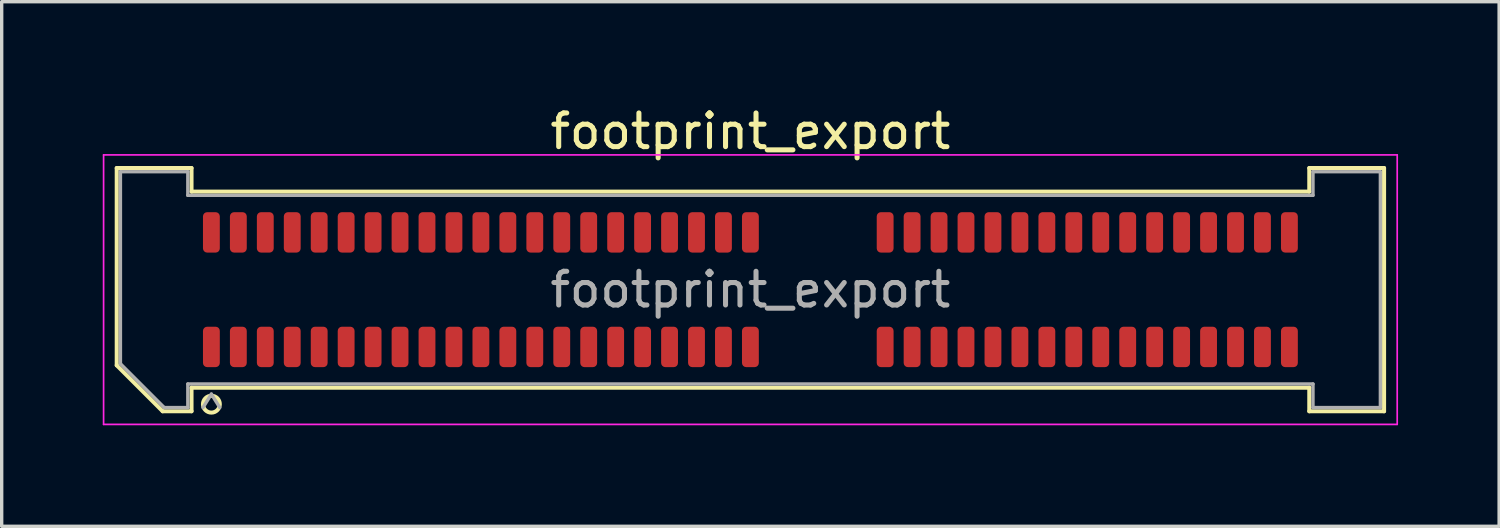
<source format=kicad_pcb>
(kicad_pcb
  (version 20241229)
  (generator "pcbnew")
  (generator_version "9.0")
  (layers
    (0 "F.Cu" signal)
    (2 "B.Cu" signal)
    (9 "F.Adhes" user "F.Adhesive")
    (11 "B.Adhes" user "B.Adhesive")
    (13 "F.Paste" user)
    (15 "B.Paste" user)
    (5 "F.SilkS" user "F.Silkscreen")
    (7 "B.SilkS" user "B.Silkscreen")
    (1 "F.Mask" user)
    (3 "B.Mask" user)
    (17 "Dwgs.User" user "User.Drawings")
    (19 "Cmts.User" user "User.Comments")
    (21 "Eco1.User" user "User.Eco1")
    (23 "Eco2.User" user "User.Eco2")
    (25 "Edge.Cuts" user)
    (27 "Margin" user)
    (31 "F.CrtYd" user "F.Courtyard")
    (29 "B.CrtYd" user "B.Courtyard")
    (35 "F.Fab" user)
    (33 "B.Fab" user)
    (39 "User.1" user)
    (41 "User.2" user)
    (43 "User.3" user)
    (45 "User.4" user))
  (footprint "footprint_export"
    (layer "F.Cu")
    (at 19.225 5.548)
    (property "Reference" "footprint_export" (at 0 -4.7 0) (layer "F.SilkS") (effects (font (size 1 1) (thickness 0.15))))
    (attr smd)
    (fp_line (start -18.81 -3.61) (end -16.59 -3.61) (stroke (width 0.12) (type solid)) (layer "F.SilkS"))
    (fp_line (start -18.81 2.246) (end -18.81 -3.61) (stroke (width 0.12) (type solid)) (layer "F.SilkS"))
    (fp_line (start -17.446 3.61) (end -18.81 2.246) (stroke (width 0.12) (type solid)) (layer "F.SilkS"))
    (fp_line (start -16.59 -3.61) (end -16.59 -2.91) (stroke (width 0.12) (type solid)) (layer "F.SilkS"))
    (fp_line (start -16.59 -2.91) (end 16.59 -2.91) (stroke (width 0.12) (type solid)) (layer "F.SilkS"))
    (fp_line (start -16.59 2.91) (end -16.59 3.61) (stroke (width 0.12) (type solid)) (layer "F.SilkS"))
    (fp_line (start -16.59 3.61) (end -17.446 3.61) (stroke (width 0.12) (type solid)) (layer "F.SilkS"))
    (fp_line (start 16.59 -3.61) (end 18.81 -3.61) (stroke (width 0.12) (type solid)) (layer "F.SilkS"))
    (fp_line (start 16.59 -2.91) (end 16.59 -3.61) (stroke (width 0.12) (type solid)) (layer "F.SilkS"))
    (fp_line (start 16.59 2.91) (end -16.59 2.91) (stroke (width 0.12) (type solid)) (layer "F.SilkS"))
    (fp_line (start 16.59 3.61) (end 16.59 2.91) (stroke (width 0.12) (type solid)) (layer "F.SilkS"))
    (fp_line (start 18.81 -3.61) (end 18.81 3.61) (stroke (width 0.12) (type solid)) (layer "F.SilkS"))
    (fp_line (start 18.81 3.61) (end 16.59 3.61) (stroke (width 0.12) (type solid)) (layer "F.SilkS"))
    (fp_arc (start -15.75 3.4) (mid -16.25 3.4) (end -15.75 3.4) (stroke (width 0.12) (type solid)) (layer "F.SilkS"))
    (fp_line (start -19.2 -4) (end -19.2 4) (stroke (width 0.05) (type solid)) (layer "F.CrtYd"))
    (fp_line (start -19.2 4) (end 19.2 4) (stroke (width 0.05) (type solid)) (layer "F.CrtYd"))
    (fp_line (start 19.2 -4) (end -19.2 -4) (stroke (width 0.05) (type solid)) (layer "F.CrtYd"))
    (fp_line (start 19.2 4) (end 19.2 -4) (stroke (width 0.05) (type solid)) (layer "F.CrtYd"))
    (fp_line (start -18.7 -3.5) (end -16.7 -3.5) (stroke (width 0.1) (type solid)) (layer "F.Fab"))
    (fp_line (start -18.7 2.2) (end -18.7 -3.5) (stroke (width 0.1) (type solid)) (layer "F.Fab"))
    (fp_line (start -17.4 3.5) (end -18.7 2.2) (stroke (width 0.1) (type solid)) (layer "F.Fab"))
    (fp_line (start -16.7 -3.5) (end -16.7 -2.8) (stroke (width 0.1) (type solid)) (layer "F.Fab"))
    (fp_line (start -16.7 -2.8) (end 16.7 -2.8) (stroke (width 0.1) (type solid)) (layer "F.Fab"))
    (fp_line (start -16.7 2.8) (end -16.7 3.5) (stroke (width 0.1) (type solid)) (layer "F.Fab"))
    (fp_line (start -16.7 3.5) (end -17.4 3.5) (stroke (width 0.1) (type solid)) (layer "F.Fab"))
    (fp_line (start -16 3.1) (end -16.25 3.5) (stroke (width 0.1) (type solid)) (layer "F.Fab"))
    (fp_line (start -16 3.1) (end -15.75 3.5) (stroke (width 0.1) (type solid)) (layer "F.Fab"))
    (fp_line (start 16.7 -3.5) (end 18.7 -3.5) (stroke (width 0.1) (type solid)) (layer "F.Fab"))
    (fp_line (start 16.7 -2.8) (end 16.7 -3.5) (stroke (width 0.1) (type solid)) (layer "F.Fab"))
    (fp_line (start 16.7 2.8) (end -16.7 2.8) (stroke (width 0.1) (type solid)) (layer "F.Fab"))
    (fp_line (start 16.7 3.5) (end 16.7 2.8) (stroke (width 0.1) (type solid)) (layer "F.Fab"))
    (fp_line (start 18.7 -3.5) (end 18.7 3.5) (stroke (width 0.1) (type solid)) (layer "F.Fab"))
    (fp_line (start 18.7 3.5) (end 16.7 3.5) (stroke (width 0.1) (type solid)) (layer "F.Fab"))
    (fp_text user "${REFERENCE}" (at 0 0 0) (layer "F.Fab") (effects (font (size 1 1) (thickness 0.15))))
    (pad "1" smd roundrect (at -16 1.7) (size 0.5 1.2) (layers "F.Cu" "F.Mask" "F.Paste") (roundrect_rratio 0.25))
    (pad "2" smd roundrect (at -16 -1.7) (size 0.5 1.2) (layers "F.Cu" "F.Mask" "F.Paste") (roundrect_rratio 0.25))
    (pad "3" smd roundrect (at -15.2 1.7) (size 0.5 1.2) (layers "F.Cu" "F.Mask" "F.Paste") (roundrect_rratio 0.25))
    (pad "4" smd roundrect (at -15.2 -1.7) (size 0.5 1.2) (layers "F.Cu" "F.Mask" "F.Paste") (roundrect_rratio 0.25))
    (pad "5" smd roundrect (at -14.4 1.7) (size 0.5 1.2) (layers "F.Cu" "F.Mask" "F.Paste") (roundrect_rratio 0.25))
    (pad "6" smd roundrect (at -14.4 -1.7) (size 0.5 1.2) (layers "F.Cu" "F.Mask" "F.Paste") (roundrect_rratio 0.25))
    (pad "7" smd roundrect (at -13.6 1.7) (size 0.5 1.2) (layers "F.Cu" "F.Mask" "F.Paste") (roundrect_rratio 0.25))
    (pad "8" smd roundrect (at -13.6 -1.7) (size 0.5 1.2) (layers "F.Cu" "F.Mask" "F.Paste") (roundrect_rratio 0.25))
    (pad "9" smd roundrect (at -12.8 1.7) (size 0.5 1.2) (layers "F.Cu" "F.Mask" "F.Paste") (roundrect_rratio 0.25))
    (pad "10" smd roundrect (at -12.8 -1.7) (size 0.5 1.2) (layers "F.Cu" "F.Mask" "F.Paste") (roundrect_rratio 0.25))
    (pad "11" smd roundrect (at -12 1.7) (size 0.5 1.2) (layers "F.Cu" "F.Mask" "F.Paste") (roundrect_rratio 0.25))
    (pad "12" smd roundrect (at -12 -1.7) (size 0.5 1.2) (layers "F.Cu" "F.Mask" "F.Paste") (roundrect_rratio 0.25))
    (pad "13" smd roundrect (at -11.2 1.7) (size 0.5 1.2) (layers "F.Cu" "F.Mask" "F.Paste") (roundrect_rratio 0.25))
    (pad "14" smd roundrect (at -11.2 -1.7) (size 0.5 1.2) (layers "F.Cu" "F.Mask" "F.Paste") (roundrect_rratio 0.25))
    (pad "15" smd roundrect (at -10.4 1.7) (size 0.5 1.2) (layers "F.Cu" "F.Mask" "F.Paste") (roundrect_rratio 0.25))
    (pad "16" smd roundrect (at -10.4 -1.7) (size 0.5 1.2) (layers "F.Cu" "F.Mask" "F.Paste") (roundrect_rratio 0.25))
    (pad "17" smd roundrect (at -9.6 1.7) (size 0.5 1.2) (layers "F.Cu" "F.Mask" "F.Paste") (roundrect_rratio 0.25))
    (pad "18" smd roundrect (at -9.6 -1.7) (size 0.5 1.2) (layers "F.Cu" "F.Mask" "F.Paste") (roundrect_rratio 0.25))
    (pad "19" smd roundrect (at -8.8 1.7) (size 0.5 1.2) (layers "F.Cu" "F.Mask" "F.Paste") (roundrect_rratio 0.25))
    (pad "20" smd roundrect (at -8.8 -1.7) (size 0.5 1.2) (layers "F.Cu" "F.Mask" "F.Paste") (roundrect_rratio 0.25))
    (pad "21" smd roundrect (at -8 1.7) (size 0.5 1.2) (layers "F.Cu" "F.Mask" "F.Paste") (roundrect_rratio 0.25))
    (pad "22" smd roundrect (at -8 -1.7) (size 0.5 1.2) (layers "F.Cu" "F.Mask" "F.Paste") (roundrect_rratio 0.25))
    (pad "23" smd roundrect (at -7.2 1.7) (size 0.5 1.2) (layers "F.Cu" "F.Mask" "F.Paste") (roundrect_rratio 0.25))
    (pad "24" smd roundrect (at -7.2 -1.7) (size 0.5 1.2) (layers "F.Cu" "F.Mask" "F.Paste") (roundrect_rratio 0.25))
    (pad "25" smd roundrect (at -6.4 1.7) (size 0.5 1.2) (layers "F.Cu" "F.Mask" "F.Paste") (roundrect_rratio 0.25))
    (pad "26" smd roundrect (at -6.4 -1.7) (size 0.5 1.2) (layers "F.Cu" "F.Mask" "F.Paste") (roundrect_rratio 0.25))
    (pad "27" smd roundrect (at -5.6 1.7) (size 0.5 1.2) (layers "F.Cu" "F.Mask" "F.Paste") (roundrect_rratio 0.25))
    (pad "28" smd roundrect (at -5.6 -1.7) (size 0.5 1.2) (layers "F.Cu" "F.Mask" "F.Paste") (roundrect_rratio 0.25))
    (pad "29" smd roundrect (at -4.8 1.7) (size 0.5 1.2) (layers "F.Cu" "F.Mask" "F.Paste") (roundrect_rratio 0.25))
    (pad "30" smd roundrect (at -4.8 -1.7) (size 0.5 1.2) (layers "F.Cu" "F.Mask" "F.Paste") (roundrect_rratio 0.25))
    (pad "31" smd roundrect (at -4 1.7) (size 0.5 1.2) (layers "F.Cu" "F.Mask" "F.Paste") (roundrect_rratio 0.25))
    (pad "32" smd roundrect (at -4 -1.7) (size 0.5 1.2) (layers "F.Cu" "F.Mask" "F.Paste") (roundrect_rratio 0.25))
    (pad "33" smd roundrect (at -3.2 1.7) (size 0.5 1.2) (layers "F.Cu" "F.Mask" "F.Paste") (roundrect_rratio 0.25))
    (pad "34" smd roundrect (at -3.2 -1.7) (size 0.5 1.2) (layers "F.Cu" "F.Mask" "F.Paste") (roundrect_rratio 0.25))
    (pad "35" smd roundrect (at -2.4 1.7) (size 0.5 1.2) (layers "F.Cu" "F.Mask" "F.Paste") (roundrect_rratio 0.25))
    (pad "36" smd roundrect (at -2.4 -1.7) (size 0.5 1.2) (layers "F.Cu" "F.Mask" "F.Paste") (roundrect_rratio 0.25))
    (pad "37" smd roundrect (at -1.6 1.7) (size 0.5 1.2) (layers "F.Cu" "F.Mask" "F.Paste") (roundrect_rratio 0.25))
    (pad "38" smd roundrect (at -1.6 -1.7) (size 0.5 1.2) (layers "F.Cu" "F.Mask" "F.Paste") (roundrect_rratio 0.25))
    (pad "39" smd roundrect (at -0.8 1.7) (size 0.5 1.2) (layers "F.Cu" "F.Mask" "F.Paste") (roundrect_rratio 0.25))
    (pad "40" smd roundrect (at -0.8 -1.7) (size 0.5 1.2) (layers "F.Cu" "F.Mask" "F.Paste") (roundrect_rratio 0.25))
    (pad "41" smd roundrect (at 0 1.7) (size 0.5 1.2) (layers "F.Cu" "F.Mask" "F.Paste") (roundrect_rratio 0.25))
    (pad "42" smd roundrect (at 0 -1.7) (size 0.5 1.2) (layers "F.Cu" "F.Mask" "F.Paste") (roundrect_rratio 0.25))
    (pad "43" smd roundrect (at 4 1.7) (size 0.5 1.2) (layers "F.Cu" "F.Mask" "F.Paste") (roundrect_rratio 0.25))
    (pad "44" smd roundrect (at 4 -1.7) (size 0.5 1.2) (layers "F.Cu" "F.Mask" "F.Paste") (roundrect_rratio 0.25))
    (pad "45" smd roundrect (at 4.8 1.7) (size 0.5 1.2) (layers "F.Cu" "F.Mask" "F.Paste") (roundrect_rratio 0.25))
    (pad "46" smd roundrect (at 4.8 -1.7) (size 0.5 1.2) (layers "F.Cu" "F.Mask" "F.Paste") (roundrect_rratio 0.25))
    (pad "47" smd roundrect (at 5.6 1.7) (size 0.5 1.2) (layers "F.Cu" "F.Mask" "F.Paste") (roundrect_rratio 0.25))
    (pad "48" smd roundrect (at 5.6 -1.7) (size 0.5 1.2) (layers "F.Cu" "F.Mask" "F.Paste") (roundrect_rratio 0.25))
    (pad "49" smd roundrect (at 6.4 1.7) (size 0.5 1.2) (layers "F.Cu" "F.Mask" "F.Paste") (roundrect_rratio 0.25))
    (pad "50" smd roundrect (at 6.4 -1.7) (size 0.5 1.2) (layers "F.Cu" "F.Mask" "F.Paste") (roundrect_rratio 0.25))
    (pad "51" smd roundrect (at 7.2 1.7) (size 0.5 1.2) (layers "F.Cu" "F.Mask" "F.Paste") (roundrect_rratio 0.25))
    (pad "52" smd roundrect (at 7.2 -1.7) (size 0.5 1.2) (layers "F.Cu" "F.Mask" "F.Paste") (roundrect_rratio 0.25))
    (pad "53" smd roundrect (at 8 1.7) (size 0.5 1.2) (layers "F.Cu" "F.Mask" "F.Paste") (roundrect_rratio 0.25))
    (pad "54" smd roundrect (at 8 -1.7) (size 0.5 1.2) (layers "F.Cu" "F.Mask" "F.Paste") (roundrect_rratio 0.25))
    (pad "55" smd roundrect (at 8.8 1.7) (size 0.5 1.2) (layers "F.Cu" "F.Mask" "F.Paste") (roundrect_rratio 0.25))
    (pad "56" smd roundrect (at 8.8 -1.7) (size 0.5 1.2) (layers "F.Cu" "F.Mask" "F.Paste") (roundrect_rratio 0.25))
    (pad "57" smd roundrect (at 9.6 1.7) (size 0.5 1.2) (layers "F.Cu" "F.Mask" "F.Paste") (roundrect_rratio 0.25))
    (pad "58" smd roundrect (at 9.6 -1.7) (size 0.5 1.2) (layers "F.Cu" "F.Mask" "F.Paste") (roundrect_rratio 0.25))
    (pad "59" smd roundrect (at 10.4 1.7) (size 0.5 1.2) (layers "F.Cu" "F.Mask" "F.Paste") (roundrect_rratio 0.25))
    (pad "60" smd roundrect (at 10.4 -1.7) (size 0.5 1.2) (layers "F.Cu" "F.Mask" "F.Paste") (roundrect_rratio 0.25))
    (pad "61" smd roundrect (at 11.2 1.7) (size 0.5 1.2) (layers "F.Cu" "F.Mask" "F.Paste") (roundrect_rratio 0.25))
    (pad "62" smd roundrect (at 11.2 -1.7) (size 0.5 1.2) (layers "F.Cu" "F.Mask" "F.Paste") (roundrect_rratio 0.25))
    (pad "63" smd roundrect (at 12 1.7) (size 0.5 1.2) (layers "F.Cu" "F.Mask" "F.Paste") (roundrect_rratio 0.25))
    (pad "64" smd roundrect (at 12 -1.7) (size 0.5 1.2) (layers "F.Cu" "F.Mask" "F.Paste") (roundrect_rratio 0.25))
    (pad "65" smd roundrect (at 12.8 1.7) (size 0.5 1.2) (layers "F.Cu" "F.Mask" "F.Paste") (roundrect_rratio 0.25))
    (pad "66" smd roundrect (at 12.8 -1.7) (size 0.5 1.2) (layers "F.Cu" "F.Mask" "F.Paste") (roundrect_rratio 0.25))
    (pad "67" smd roundrect (at 13.6 1.7) (size 0.5 1.2) (layers "F.Cu" "F.Mask" "F.Paste") (roundrect_rratio 0.25))
    (pad "68" smd roundrect (at 13.6 -1.7) (size 0.5 1.2) (layers "F.Cu" "F.Mask" "F.Paste") (roundrect_rratio 0.25))
    (pad "69" smd roundrect (at 14.4 1.7) (size 0.5 1.2) (layers "F.Cu" "F.Mask" "F.Paste") (roundrect_rratio 0.25))
    (pad "70" smd roundrect (at 14.4 -1.7) (size 0.5 1.2) (layers "F.Cu" "F.Mask" "F.Paste") (roundrect_rratio 0.25))
    (pad "71" smd roundrect (at 15.2 1.7) (size 0.5 1.2) (layers "F.Cu" "F.Mask" "F.Paste") (roundrect_rratio 0.25))
    (pad "72" smd roundrect (at 15.2 -1.7) (size 0.5 1.2) (layers "F.Cu" "F.Mask" "F.Paste") (roundrect_rratio 0.25))
    (pad "73" smd roundrect (at 16 1.7) (size 0.5 1.2) (layers "F.Cu" "F.Mask" "F.Paste") (roundrect_rratio 0.25))
    (pad "74" smd roundrect (at 16 -1.7) (size 0.5 1.2) (layers "F.Cu" "F.Mask" "F.Paste") (roundrect_rratio 0.25)))
  (gr_rect
    (start -3 -3)
    (end 41.45 12.573)
    (stroke (width 0.1) (type default))
    (fill no)
    (layer "Edge.Cuts")))
</source>
